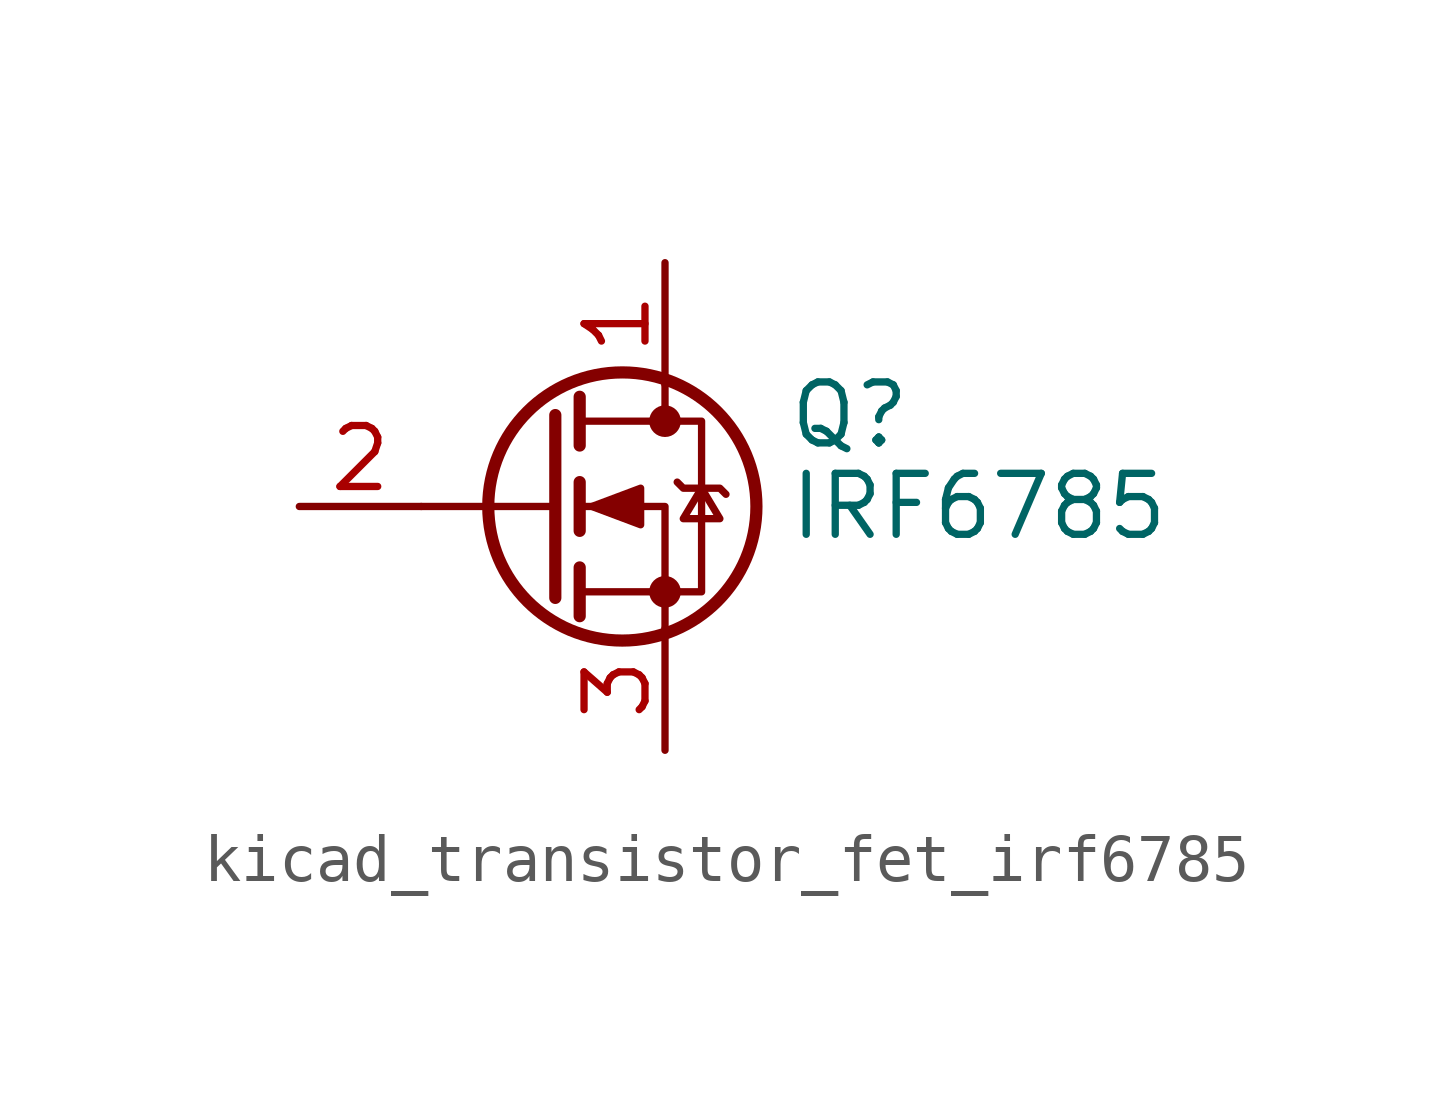
<source format=kicad_sym>
(kicad_symbol_lib
  (version 20220914)
  (generator kicad_symbol_editor)
  (symbol "kicad_transistor_fet_irf6785"
    (pin_names hide)
    (property "Reference" "Q"
      (at 5.08 1.905 0)
      (effects (font (size 1.27 1.27)) (justify left)))
    (property "Value" "IRF6785"
      (at 5.08 0 0)
      (effects (font (size 1.27 1.27)) (justify left)))
    (symbol "kicad_transistor_fet_irf6785_0_1"
      (polyline (pts (xy 0.254 0) (xy -2.54 0)) (stroke (width 0) (type default)) (fill (type none)))
      (polyline (pts (xy 0.254 1.905) (xy 0.254 -1.905)) (stroke (width 0.254) (type default)) (fill (type none)))
      (polyline (pts (xy 0.762 -1.27) (xy 0.762 -2.286)) (stroke (width 0.254) (type default)) (fill (type none)))
      (polyline (pts (xy 0.762 0.508) (xy 0.762 -0.508)) (stroke (width 0.254) (type default)) (fill (type none)))
      (polyline (pts (xy 0.762 2.286) (xy 0.762 1.27)) (stroke (width 0.254) (type default)) (fill (type none)))
      (polyline (pts (xy 2.54 2.54) (xy 2.54 1.778)) (stroke (width 0) (type default)) (fill (type none)))
      (polyline (pts (xy 2.54 -2.54) (xy 2.54 0) (xy 0.762 0)) (stroke (width 0) (type default)) (fill (type none)))
      (polyline (pts (xy 0.762 -1.778) (xy 3.302 -1.778) (xy 3.302 1.778) (xy 0.762 1.778)) (stroke (width 0) (type default)) (fill (type none)))
      (polyline (pts (xy 1.016 0) (xy 2.032 0.381) (xy 2.032 -0.381) (xy 1.016 0)) (stroke (width 0) (type default)) (fill (type outline)))
      (polyline (pts (xy 2.794 0.508) (xy 2.921 0.381) (xy 3.683 0.381) (xy 3.81 0.254)) (stroke (width 0) (type default)) (fill (type none)))
      (polyline (pts (xy 3.302 0.381) (xy 2.921 -0.254) (xy 3.683 -0.254) (xy 3.302 0.381)) (stroke (width 0) (type default)) (fill (type none)))
      (circle (center 1.651 0) (radius 2.794) (stroke (width 0.254) (type default)) (fill (type none)))
      (circle (center 2.54 -1.778) (radius 0.254) (stroke (width 0) (type default)) (fill (type outline)))
      (circle (center 2.54 1.778) (radius 0.254) (stroke (width 0) (type default)) (fill (type outline))))
    (symbol "kicad_transistor_fet_irf6785_1_1"
      (pin passive line (at 2.54 5.08 270) (length 2.54) (name "D" (effects (font (size 1.27 1.27)))) (number "1" (effects (font (size 1.27 1.27)))))
      (pin input line (at -5.08 0 0) (length 2.54) (name "G" (effects (font (size 1.27 1.27)))) (number "2" (effects (font (size 1.27 1.27)))))
      (pin passive line (at 2.54 -5.08 90) (length 2.54) (name "S" (effects (font (size 1.27 1.27)))) (number "3" (effects (font (size 1.27 1.27))))))))
</source>
